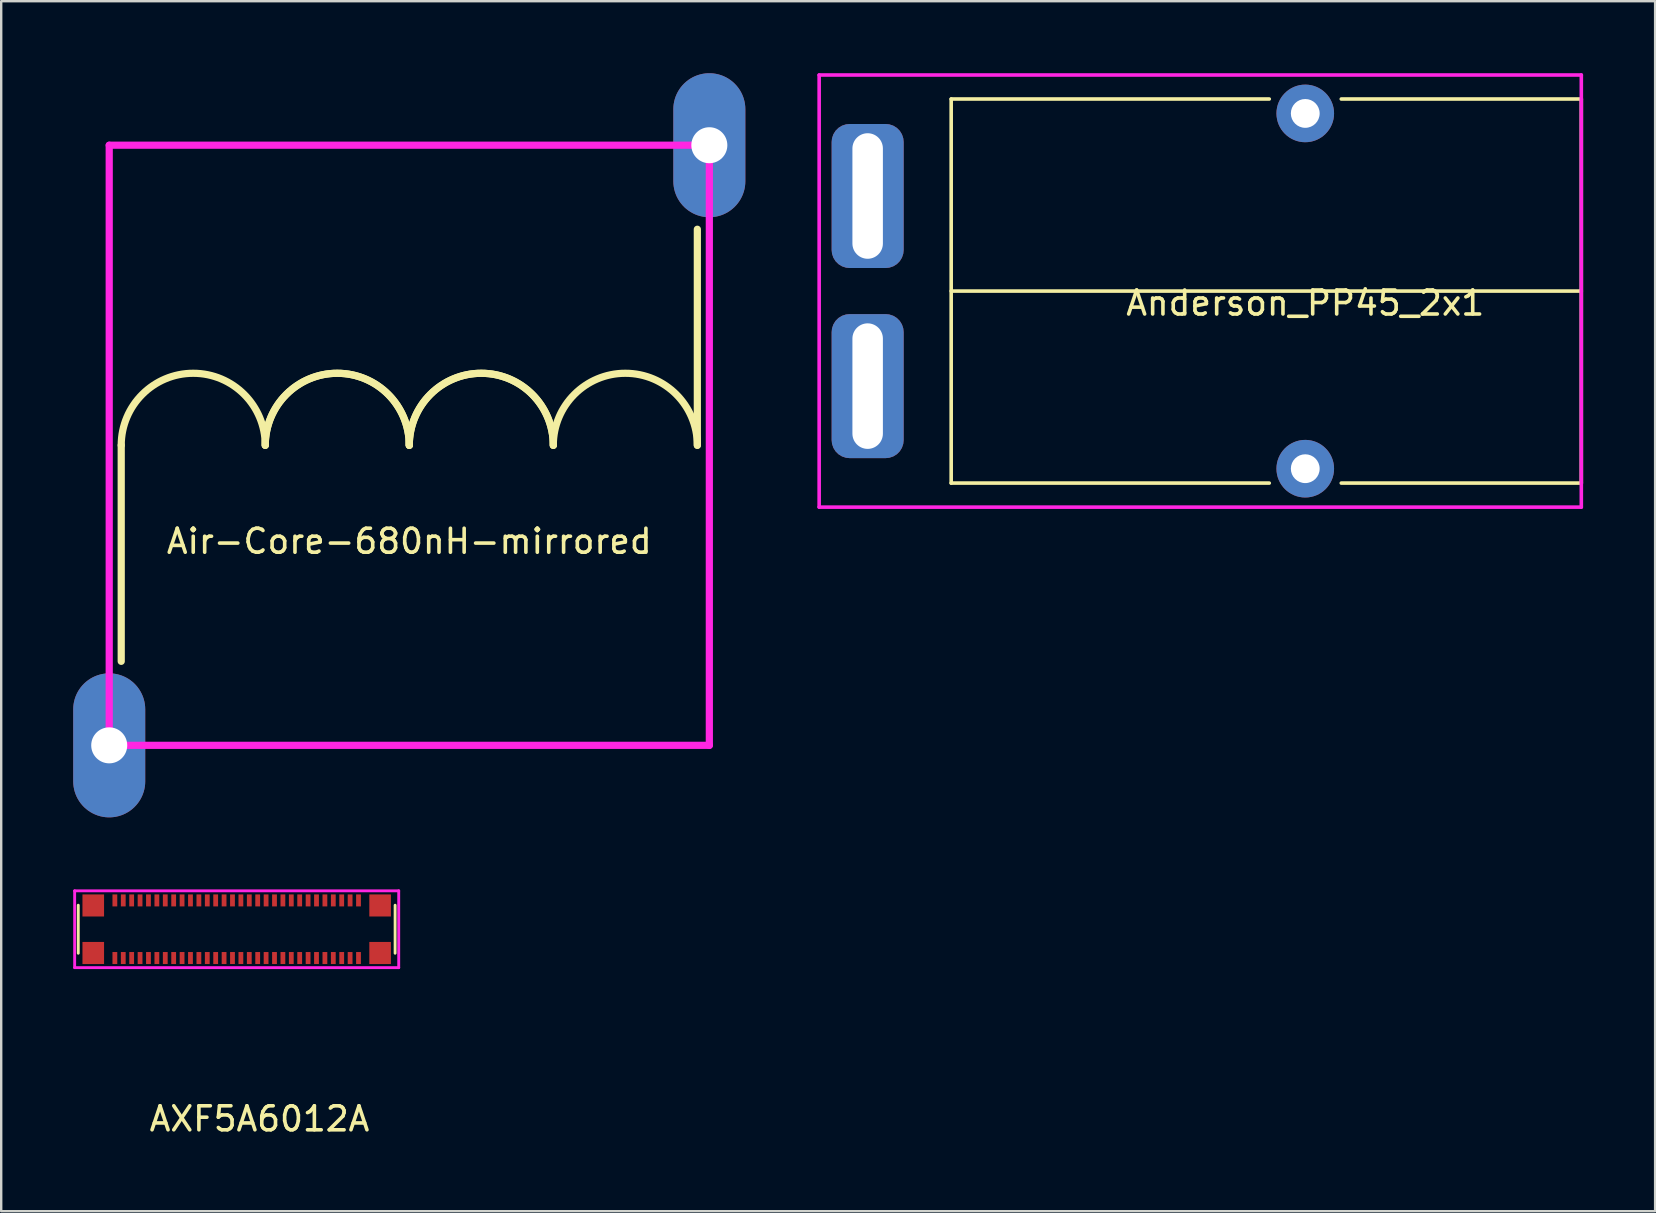
<source format=kicad_pcb>
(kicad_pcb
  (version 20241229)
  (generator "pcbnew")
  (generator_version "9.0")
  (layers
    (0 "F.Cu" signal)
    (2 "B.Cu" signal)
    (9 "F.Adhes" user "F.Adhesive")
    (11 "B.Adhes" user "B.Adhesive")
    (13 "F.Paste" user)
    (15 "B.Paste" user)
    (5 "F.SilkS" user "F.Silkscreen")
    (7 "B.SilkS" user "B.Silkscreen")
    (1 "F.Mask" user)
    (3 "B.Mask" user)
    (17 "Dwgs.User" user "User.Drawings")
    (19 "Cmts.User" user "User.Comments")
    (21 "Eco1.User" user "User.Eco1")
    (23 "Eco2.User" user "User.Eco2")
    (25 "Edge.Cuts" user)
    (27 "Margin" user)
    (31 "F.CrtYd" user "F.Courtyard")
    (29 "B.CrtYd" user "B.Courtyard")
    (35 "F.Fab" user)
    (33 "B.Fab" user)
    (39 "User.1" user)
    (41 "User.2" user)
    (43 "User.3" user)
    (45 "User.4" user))
  (footprint "Anderson_PP45_2x1"
    (layer "F.Cu")
    (at 51.325 9.075)
    (property "Reference" "Anderson_PP45_2x1" (at 0 0.5 0) (layer "F.SilkS") (effects (font (size 1 1) (thickness 0.15))))
    (attr through_hole)
    (fp_line (start -14.75 -8) (end -1.5 -8) (stroke (width 0.15) (type solid)) (layer "F.SilkS"))
    (fp_line (start -14.75 0) (end 11.5 0) (stroke (width 0.15) (type solid)) (layer "F.SilkS"))
    (fp_line (start -14.75 8) (end -14.75 -8) (stroke (width 0.15) (type solid)) (layer "F.SilkS"))
    (fp_line (start -1.5 8) (end -14.75 8) (stroke (width 0.15) (type solid)) (layer "F.SilkS"))
    (fp_line (start 1.5 -8) (end 11.5 -8) (stroke (width 0.15) (type solid)) (layer "F.SilkS"))
    (fp_line (start 11.5 -8) (end 11.5 8) (stroke (width 0.15) (type solid)) (layer "F.SilkS"))
    (fp_line (start 11.5 8) (end 1.5 8) (stroke (width 0.15) (type solid)) (layer "F.SilkS"))
    (fp_line (start -20.25 -9) (end 11.5 -9) (stroke (width 0.15) (type solid)) (layer "F.CrtYd"))
    (fp_line (start -20.25 9) (end -20.25 -9) (stroke (width 0.15) (type solid)) (layer "F.CrtYd"))
    (fp_line (start 11.5 -9) (end 11.5 9) (stroke (width 0.15) (type solid)) (layer "F.CrtYd"))
    (fp_line (start 11.5 9) (end -20.25 9) (stroke (width 0.15) (type solid)) (layer "F.CrtYd"))
    (pad "" thru_hole circle (at 0 -7.4) (size 2.4 2.4) (drill 1.2) (layers "*.Cu" "*.Mask"))
    (pad "" thru_hole circle (at 0 7.4) (size 2.4 2.4) (drill 1.2) (layers "*.Cu" "*.Mask"))
    (pad "1" thru_hole roundrect (at -18.23 -3.96) (size 3 6) (drill oval 1.27 5.23) (layers "*.Cu" "*.Mask") (roundrect_rratio 0.25))
    (pad "2" thru_hole roundrect (at -18.23 3.96) (size 3 6) (drill oval 1.27 5.23) (layers "*.Cu" "*.Mask") (roundrect_rratio 0.25)))
  (footprint "AXF5A6012A"
    (layer "F.Cu")
    (at 6.81 35.66)
    (property "Reference" "AXF5A6012A" (at 0.95 7.9 0) (layer "F.SilkS") (effects (font (size 1 1) (thickness 0.15))))
    (attr through_hole)
    (fp_line (start -6.6 -1) (end -6.6 1) (stroke (width 0.12) (type solid)) (layer "F.SilkS"))
    (fp_line (start 6.6 -1) (end 6.6 1) (stroke (width 0.12) (type solid)) (layer "F.SilkS"))
    (fp_line (start -6.75 -1.6) (end 6.75 -1.6) (stroke (width 0.12) (type solid)) (layer "F.CrtYd"))
    (fp_line (start -6.75 1.6) (end -6.75 -1.6) (stroke (width 0.12) (type solid)) (layer "F.CrtYd"))
    (fp_line (start 6.75 -1.6) (end 6.75 1.6) (stroke (width 0.12) (type solid)) (layer "F.CrtYd"))
    (fp_line (start 6.75 1.6) (end -6.75 1.6) (stroke (width 0.12) (type solid)) (layer "F.CrtYd"))
    (pad "" smd rect (at -5.975 -1.2) (size 0.9 0.49) (layers "F.Paste"))
    (pad "" smd rect (at -5.975 -0.99) (size 0.9 0.92) (layers "F.Cu" "F.Mask"))
    (pad "" smd rect (at -5.975 0.99) (size 0.9 0.92) (layers "F.Cu" "F.Mask"))
    (pad "" smd rect (at -5.975 1.2) (size 0.9 0.49) (layers "F.Paste"))
    (pad "" smd rect (at 5.975 -1.2) (size 0.9 0.49) (layers "F.Paste"))
    (pad "" smd rect (at 5.975 -0.99) (size 0.9 0.92) (layers "F.Cu" "F.Mask"))
    (pad "" smd rect (at 5.975 0.99) (size 0.9 0.92) (layers "F.Cu" "F.Mask"))
    (pad "" smd rect (at 5.975 1.2) (size 0.9 0.49) (layers "F.Paste"))
    (pad "1" smd rect (at -5.075 1.2) (size 0.2 0.5) (layers "F.Cu" "F.Mask" "F.Paste"))
    (pad "2" smd rect (at -5.075 -1.2) (size 0.2 0.5) (layers "F.Cu" "F.Mask" "F.Paste"))
    (pad "3" smd rect (at -4.725 1.2) (size 0.2 0.5) (layers "F.Cu" "F.Mask" "F.Paste"))
    (pad "4" smd rect (at -4.725 -1.2) (size 0.2 0.5) (layers "F.Cu" "F.Mask" "F.Paste"))
    (pad "5" smd rect (at -4.375 1.2) (size 0.2 0.5) (layers "F.Cu" "F.Mask" "F.Paste"))
    (pad "6" smd rect (at -4.375 -1.2) (size 0.2 0.5) (layers "F.Cu" "F.Mask" "F.Paste"))
    (pad "7" smd rect (at -4.025 1.2) (size 0.2 0.5) (layers "F.Cu" "F.Mask" "F.Paste"))
    (pad "8" smd rect (at -4.025 -1.2) (size 0.2 0.5) (layers "F.Cu" "F.Mask" "F.Paste"))
    (pad "9" smd rect (at -3.675 1.2) (size 0.2 0.5) (layers "F.Cu" "F.Mask" "F.Paste"))
    (pad "10" smd rect (at -3.675 -1.2) (size 0.2 0.5) (layers "F.Cu" "F.Mask" "F.Paste"))
    (pad "11" smd rect (at -3.325 1.2) (size 0.2 0.5) (layers "F.Cu" "F.Mask" "F.Paste"))
    (pad "12" smd rect (at -3.325 -1.2) (size 0.2 0.5) (layers "F.Cu" "F.Mask" "F.Paste"))
    (pad "13" smd rect (at -2.975 1.2) (size 0.2 0.5) (layers "F.Cu" "F.Mask" "F.Paste"))
    (pad "14" smd rect (at -2.975 -1.2) (size 0.2 0.5) (layers "F.Cu" "F.Mask" "F.Paste"))
    (pad "15" smd rect (at -2.625 1.2) (size 0.2 0.5) (layers "F.Cu" "F.Mask" "F.Paste"))
    (pad "16" smd rect (at -2.625 -1.2) (size 0.2 0.5) (layers "F.Cu" "F.Mask" "F.Paste"))
    (pad "17" smd rect (at -2.275 1.2) (size 0.2 0.5) (layers "F.Cu" "F.Mask" "F.Paste"))
    (pad "18" smd rect (at -2.275 -1.2) (size 0.2 0.5) (layers "F.Cu" "F.Mask" "F.Paste"))
    (pad "19" smd rect (at -1.925 1.2) (size 0.2 0.5) (layers "F.Cu" "F.Mask" "F.Paste"))
    (pad "20" smd rect (at -1.925 -1.2) (size 0.2 0.5) (layers "F.Cu" "F.Mask" "F.Paste"))
    (pad "21" smd rect (at -1.575 1.2) (size 0.2 0.5) (layers "F.Cu" "F.Mask" "F.Paste"))
    (pad "22" smd rect (at -1.575 -1.2) (size 0.2 0.5) (layers "F.Cu" "F.Mask" "F.Paste"))
    (pad "23" smd rect (at -1.225 1.2) (size 0.2 0.5) (layers "F.Cu" "F.Mask" "F.Paste"))
    (pad "24" smd rect (at -1.225 -1.2) (size 0.2 0.5) (layers "F.Cu" "F.Mask" "F.Paste"))
    (pad "25" smd rect (at -0.875 1.2) (size 0.2 0.5) (layers "F.Cu" "F.Mask" "F.Paste"))
    (pad "26" smd rect (at -0.875 -1.2) (size 0.2 0.5) (layers "F.Cu" "F.Mask" "F.Paste"))
    (pad "27" smd rect (at -0.525 1.2) (size 0.2 0.5) (layers "F.Cu" "F.Mask" "F.Paste"))
    (pad "28" smd rect (at -0.525 -1.2) (size 0.2 0.5) (layers "F.Cu" "F.Mask" "F.Paste"))
    (pad "29" smd rect (at -0.175 1.2) (size 0.2 0.5) (layers "F.Cu" "F.Mask" "F.Paste"))
    (pad "30" smd rect (at -0.175 -1.2) (size 0.2 0.5) (layers "F.Cu" "F.Mask" "F.Paste"))
    (pad "31" smd rect (at 0.175 1.2) (size 0.2 0.5) (layers "F.Cu" "F.Mask" "F.Paste"))
    (pad "32" smd rect (at 0.175 -1.2) (size 0.2 0.5) (layers "F.Cu" "F.Mask" "F.Paste"))
    (pad "33" smd rect (at 0.525 1.2) (size 0.2 0.5) (layers "F.Cu" "F.Mask" "F.Paste"))
    (pad "34" smd rect (at 0.525 -1.2) (size 0.2 0.5) (layers "F.Cu" "F.Mask" "F.Paste"))
    (pad "35" smd rect (at 0.875 1.2) (size 0.2 0.5) (layers "F.Cu" "F.Mask" "F.Paste"))
    (pad "36" smd rect (at 0.875 -1.2) (size 0.2 0.5) (layers "F.Cu" "F.Mask" "F.Paste"))
    (pad "37" smd rect (at 1.225 1.2) (size 0.2 0.5) (layers "F.Cu" "F.Mask" "F.Paste"))
    (pad "38" smd rect (at 1.225 -1.2) (size 0.2 0.5) (layers "F.Cu" "F.Mask" "F.Paste"))
    (pad "39" smd rect (at 1.575 1.2) (size 0.2 0.5) (layers "F.Cu" "F.Mask" "F.Paste"))
    (pad "40" smd rect (at 1.575 -1.2) (size 0.2 0.5) (layers "F.Cu" "F.Mask" "F.Paste"))
    (pad "41" smd rect (at 1.925 1.2) (size 0.2 0.5) (layers "F.Cu" "F.Mask" "F.Paste"))
    (pad "42" smd rect (at 1.925 -1.2) (size 0.2 0.5) (layers "F.Cu" "F.Mask" "F.Paste"))
    (pad "43" smd rect (at 2.275 1.2) (size 0.2 0.5) (layers "F.Cu" "F.Mask" "F.Paste"))
    (pad "44" smd rect (at 2.275 -1.2) (size 0.2 0.5) (layers "F.Cu" "F.Mask" "F.Paste"))
    (pad "45" smd rect (at 2.625 1.2) (size 0.2 0.5) (layers "F.Cu" "F.Mask" "F.Paste"))
    (pad "46" smd rect (at 2.625 -1.2) (size 0.2 0.5) (layers "F.Cu" "F.Mask" "F.Paste"))
    (pad "47" smd rect (at 2.975 1.2) (size 0.2 0.5) (layers "F.Cu" "F.Mask" "F.Paste"))
    (pad "48" smd rect (at 2.975 -1.2) (size 0.2 0.5) (layers "F.Cu" "F.Mask" "F.Paste"))
    (pad "49" smd rect (at 3.325 1.2) (size 0.2 0.5) (layers "F.Cu" "F.Mask" "F.Paste"))
    (pad "50" smd rect (at 3.325 -1.2) (size 0.2 0.5) (layers "F.Cu" "F.Mask" "F.Paste"))
    (pad "51" smd rect (at 3.675 1.2) (size 0.2 0.5) (layers "F.Cu" "F.Mask" "F.Paste"))
    (pad "52" smd rect (at 3.675 -1.2) (size 0.2 0.5) (layers "F.Cu" "F.Mask" "F.Paste"))
    (pad "53" smd rect (at 4.025 1.2) (size 0.2 0.5) (layers "F.Cu" "F.Mask" "F.Paste"))
    (pad "54" smd rect (at 4.025 -1.2) (size 0.2 0.5) (layers "F.Cu" "F.Mask" "F.Paste"))
    (pad "55" smd rect (at 4.375 1.2) (size 0.2 0.5) (layers "F.Cu" "F.Mask" "F.Paste"))
    (pad "56" smd rect (at 4.375 -1.2) (size 0.2 0.5) (layers "F.Cu" "F.Mask" "F.Paste"))
    (pad "57" smd rect (at 4.725 1.2) (size 0.2 0.5) (layers "F.Cu" "F.Mask" "F.Paste"))
    (pad "58" smd rect (at 4.725 -1.2) (size 0.2 0.5) (layers "F.Cu" "F.Mask" "F.Paste"))
    (pad "59" smd rect (at 5.075 1.2) (size 0.2 0.5) (layers "F.Cu" "F.Mask" "F.Paste"))
    (pad "60" smd rect (at 5.075 -1.2) (size 0.2 0.5) (layers "F.Cu" "F.Mask" "F.Paste")))
  (footprint "Air-Core-680nH-mirrored"
    (layer "F.Cu")
    (at 14 15.5)
    (property "Reference" "Air-Core-680nH-mirrored" (at 0 4 0) (layer "F.SilkS") (effects (font (size 1 1) (thickness 0.15))))
    (attr through_hole)
    (fp_line (start -12 0) (end -12 9) (stroke (width 0.3) (type solid)) (layer "F.SilkS"))
    (fp_line (start 12 0) (end 12 -9) (stroke (width 0.3) (type solid)) (layer "F.SilkS"))
    (fp_arc (start -12 0) (mid -9 -3) (end -6 0) (stroke (width 0.3) (type solid)) (layer "F.SilkS"))
    (fp_arc (start -6 0) (mid -3 -3) (end 0 0) (stroke (width 0.3) (type solid)) (layer "F.SilkS"))
    (fp_arc (start -6 0) (mid -3 -3) (end 0 0) (stroke (width 0.3) (type solid)) (layer "F.SilkS"))
    (fp_arc (start 0 0) (mid 3 -3) (end 6 0) (stroke (width 0.3) (type solid)) (layer "F.SilkS"))
    (fp_arc (start 0 0) (mid 3 -3) (end 6 0) (stroke (width 0.3) (type solid)) (layer "F.SilkS"))
    (fp_arc (start 6 0) (mid 9 -3) (end 12 0) (stroke (width 0.3) (type solid)) (layer "F.SilkS"))
    (fp_line (start -12.5 -12.5) (end 12.5 -12.5) (stroke (width 0.3) (type solid)) (layer "F.CrtYd"))
    (fp_line (start -12.5 12.5) (end -12.5 -12.5) (stroke (width 0.3) (type solid)) (layer "F.CrtYd"))
    (fp_line (start 12.5 -12.5) (end 12.5 12.5) (stroke (width 0.3) (type solid)) (layer "F.CrtYd"))
    (fp_line (start 12.5 12.5) (end -12.5 12.5) (stroke (width 0.3) (type solid)) (layer "F.CrtYd"))
    (pad "1" thru_hole oval (at 12.5 -12.5) (size 3 6) (drill oval 1.5) (layers "*.Cu" "*.Mask"))
    (pad "2" thru_hole oval (at -12.5 12.5) (size 3 6) (drill oval 1.5) (layers "*.Cu" "*.Mask")))
  (gr_rect
    (start -3 -3)
    (end 65.9 47.408)
    (stroke (width 0.1) (type default))
    (fill no)
    (layer "Edge.Cuts")))
</source>
